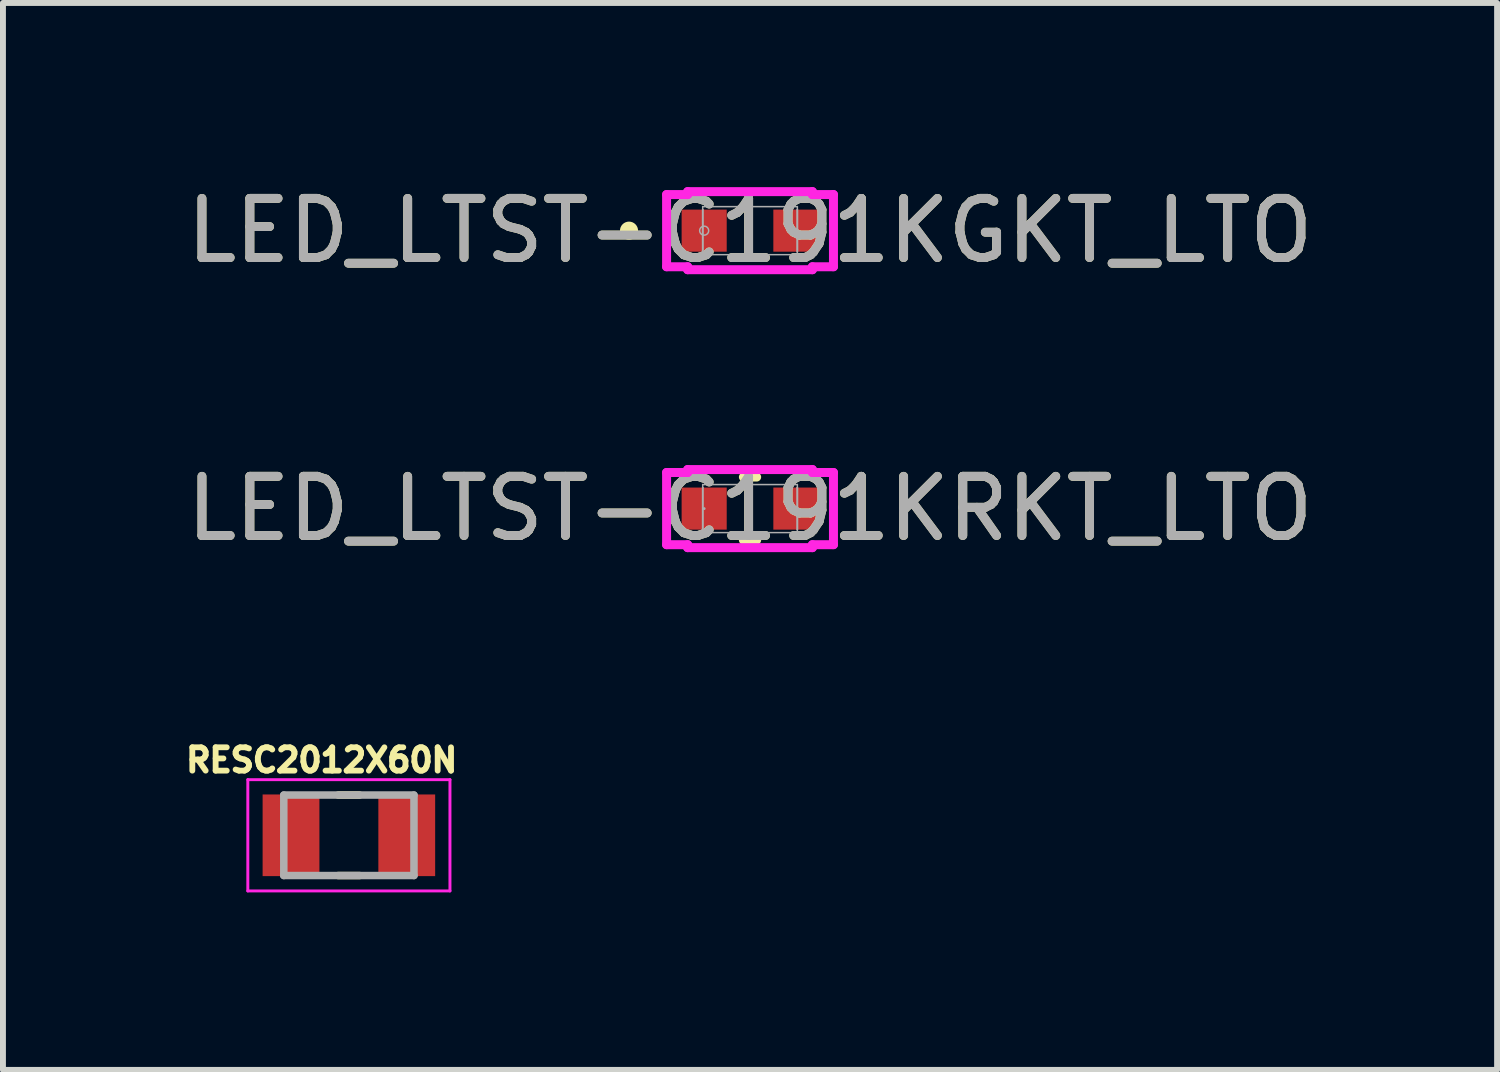
<source format=kicad_pcb>
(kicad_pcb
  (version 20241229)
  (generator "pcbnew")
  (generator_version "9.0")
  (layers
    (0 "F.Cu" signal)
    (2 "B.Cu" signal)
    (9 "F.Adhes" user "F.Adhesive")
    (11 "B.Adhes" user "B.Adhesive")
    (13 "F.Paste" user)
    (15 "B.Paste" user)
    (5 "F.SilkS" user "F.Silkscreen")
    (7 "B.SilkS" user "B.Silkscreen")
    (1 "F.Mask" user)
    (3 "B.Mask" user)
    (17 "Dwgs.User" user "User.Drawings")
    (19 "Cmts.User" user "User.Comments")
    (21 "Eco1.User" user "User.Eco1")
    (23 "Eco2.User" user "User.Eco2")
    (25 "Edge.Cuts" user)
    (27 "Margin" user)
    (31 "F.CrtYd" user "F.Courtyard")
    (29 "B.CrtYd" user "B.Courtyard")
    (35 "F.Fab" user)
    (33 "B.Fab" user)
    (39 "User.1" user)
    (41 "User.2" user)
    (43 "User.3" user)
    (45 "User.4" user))
  (footprint "RESC2012X60N"
    (layer "F.Cu")
    (at 2.846 11.066)
    (property "Reference" "RESC2012X60N" (at -0.46 -1.27 0) (layer "F.SilkS") (effects (font (size 0.394 0.394) (thickness 0.15))))
    (attr smd)
    (fp_line (start -0.18 -0.68) (end 0.18 -0.68) (stroke (width 0.127) (type solid)) (layer "F.SilkS"))
    (fp_line (start -0.18 0.68) (end 0.18 0.68) (stroke (width 0.127) (type solid)) (layer "F.SilkS"))
    (fp_line (start -1.708 -0.94) (end 1.708 -0.94) (stroke (width 0.05) (type solid)) (layer "F.CrtYd"))
    (fp_line (start -1.708 0.94) (end -1.708 -0.94) (stroke (width 0.05) (type solid)) (layer "F.CrtYd"))
    (fp_line (start -1.708 0.94) (end 1.708 0.94) (stroke (width 0.05) (type solid)) (layer "F.CrtYd"))
    (fp_line (start 1.708 0.94) (end 1.708 -0.94) (stroke (width 0.05) (type solid)) (layer "F.CrtYd"))
    (fp_line (start -1.1 0.68) (end -1.1 -0.68) (stroke (width 0.127) (type solid)) (layer "F.Fab"))
    (fp_line (start 1.1 -0.68) (end -1.1 -0.68) (stroke (width 0.127) (type solid)) (layer "F.Fab"))
    (fp_line (start 1.1 0.68) (end -1.1 0.68) (stroke (width 0.127) (type solid)) (layer "F.Fab"))
    (fp_line (start 1.1 0.68) (end 1.1 -0.68) (stroke (width 0.127) (type solid)) (layer "F.Fab"))
    (pad "1" smd rect (at -0.978 0) (size 0.96 1.38) (layers "F.Cu" "F.Mask" "F.Paste"))
    (pad "2" smd rect (at 0.978 0) (size 0.96 1.38) (layers "F.Cu" "F.Mask" "F.Paste")))
  (footprint "LED_LTST-C191KRKT_LTO"
    (layer "F.Cu")
    (at 9.625 5.545)
    (property "Reference" "LED_LTST-C191KRKT_LTO" (at 0 0 0) (unlocked yes) (layer "F.SilkS") (effects (font (size 1 1) (thickness 0.15))))
    (attr smd)
    (fp_line (start -0.112 0.533) (end 0.112 0.533) (stroke (width 0.152) (type solid)) (layer "F.SilkS"))
    (fp_line (start 0.112 -0.533) (end -0.112 -0.533) (stroke (width 0.152) (type solid)) (layer "F.SilkS"))
    (fp_line (start -1.41 -0.61) (end -1.054 -0.61) (stroke (width 0.152) (type solid)) (layer "F.CrtYd"))
    (fp_line (start -1.41 0.61) (end -1.41 -0.61) (stroke (width 0.152) (type solid)) (layer "F.CrtYd"))
    (fp_line (start -1.054 -0.66) (end 1.054 -0.66) (stroke (width 0.152) (type solid)) (layer "F.CrtYd"))
    (fp_line (start -1.054 -0.61) (end -1.054 -0.66) (stroke (width 0.152) (type solid)) (layer "F.CrtYd"))
    (fp_line (start -1.054 0.61) (end -1.41 0.61) (stroke (width 0.152) (type solid)) (layer "F.CrtYd"))
    (fp_line (start -1.054 0.66) (end -1.054 0.61) (stroke (width 0.152) (type solid)) (layer "F.CrtYd"))
    (fp_line (start 1.054 -0.66) (end 1.054 -0.61) (stroke (width 0.152) (type solid)) (layer "F.CrtYd"))
    (fp_line (start 1.054 -0.61) (end 1.41 -0.61) (stroke (width 0.152) (type solid)) (layer "F.CrtYd"))
    (fp_line (start 1.054 0.61) (end 1.054 0.66) (stroke (width 0.152) (type solid)) (layer "F.CrtYd"))
    (fp_line (start 1.054 0.66) (end -1.054 0.66) (stroke (width 0.152) (type solid)) (layer "F.CrtYd"))
    (fp_line (start 1.41 -0.61) (end 1.41 0.61) (stroke (width 0.152) (type solid)) (layer "F.CrtYd"))
    (fp_line (start 1.41 0.61) (end 1.054 0.61) (stroke (width 0.152) (type solid)) (layer "F.CrtYd"))
    (fp_line (start -0.8 -0.406) (end -0.8 0.406) (stroke (width 0.025) (type solid)) (layer "F.Fab"))
    (fp_line (start -0.8 -0.356) (end -0.8 -0.356) (stroke (width 0.025) (type solid)) (layer "F.Fab"))
    (fp_line (start -0.8 -0.356) (end -0.8 0.356) (stroke (width 0.025) (type solid)) (layer "F.Fab"))
    (fp_line (start -0.8 0.356) (end -0.8 -0.356) (stroke (width 0.025) (type solid)) (layer "F.Fab"))
    (fp_line (start -0.8 0.356) (end -0.8 0.356) (stroke (width 0.025) (type solid)) (layer "F.Fab"))
    (fp_line (start -0.8 0.406) (end 0.8 0.406) (stroke (width 0.025) (type solid)) (layer "F.Fab"))
    (fp_line (start 0.8 -0.406) (end -0.8 -0.406) (stroke (width 0.025) (type solid)) (layer "F.Fab"))
    (fp_line (start 0.8 -0.356) (end 0.8 -0.356) (stroke (width 0.025) (type solid)) (layer "F.Fab"))
    (fp_line (start 0.8 -0.356) (end 0.8 0.356) (stroke (width 0.025) (type solid)) (layer "F.Fab"))
    (fp_line (start 0.8 0.356) (end 0.8 -0.356) (stroke (width 0.025) (type solid)) (layer "F.Fab"))
    (fp_line (start 0.8 0.356) (end 0.8 0.356) (stroke (width 0.025) (type solid)) (layer "F.Fab"))
    (fp_line (start 0.8 0.406) (end 0.8 -0.406) (stroke (width 0.025) (type solid)) (layer "F.Fab"))
    (fp_circle (center -0.775 0) (end -0.775 0) (stroke (width 0.025) (type solid)) (fill no) (layer "F.Fab"))
    (fp_text user "${REFERENCE}" (at 0 0 0) (unlocked yes) (layer "F.Fab") (effects (font (size 1 1) (thickness 0.15))))
    (pad "1" smd rect (at -0.775 0) (size 0.762 0.711) (layers "F.Cu" "F.Mask" "F.Paste"))
    (pad "2" smd rect (at 0.775 0) (size 0.762 0.711) (layers "F.Cu" "F.Mask" "F.Paste"))
    (zone (net_name "") (layer "F.Cu") (hatch full 0.508) (connect_pads) (min_thickness 0.254) (filled_areas_thickness no) (keepout (tracks not_allowed) (vias not_allowed) (pads allowed) (copperpour not_allowed) (footprints allowed)) (placement (enabled no)) (fill) (polygon (pts (xy 9.282 5.189) (xy 9.968 5.189) (xy 9.968 5.9) (xy 9.282 5.9)))))
  (footprint "LED_LTST-C191KGKT_LTO"
    (layer "F.Cu")
    (at 9.625 0.848)
    (property "Reference" "LED_LTST-C191KGKT_LTO" (at 0 0 0) (unlocked yes) (layer "F.SilkS") (effects (font (size 1 1) (thickness 0.15))))
    (attr smd)
    (fp_circle (center -2.045 0) (end -1.968 0) (stroke (width 0.152) (type solid)) (fill no) (layer "F.SilkS"))
    (fp_line (start -1.41 -0.61) (end -1.054 -0.61) (stroke (width 0.152) (type solid)) (layer "F.CrtYd"))
    (fp_line (start -1.41 0.61) (end -1.41 -0.61) (stroke (width 0.152) (type solid)) (layer "F.CrtYd"))
    (fp_line (start -1.054 -0.66) (end 1.054 -0.66) (stroke (width 0.152) (type solid)) (layer "F.CrtYd"))
    (fp_line (start -1.054 -0.61) (end -1.054 -0.66) (stroke (width 0.152) (type solid)) (layer "F.CrtYd"))
    (fp_line (start -1.054 0.61) (end -1.41 0.61) (stroke (width 0.152) (type solid)) (layer "F.CrtYd"))
    (fp_line (start -1.054 0.66) (end -1.054 0.61) (stroke (width 0.152) (type solid)) (layer "F.CrtYd"))
    (fp_line (start 1.054 -0.66) (end 1.054 -0.61) (stroke (width 0.152) (type solid)) (layer "F.CrtYd"))
    (fp_line (start 1.054 -0.61) (end 1.41 -0.61) (stroke (width 0.152) (type solid)) (layer "F.CrtYd"))
    (fp_line (start 1.054 0.61) (end 1.054 0.66) (stroke (width 0.152) (type solid)) (layer "F.CrtYd"))
    (fp_line (start 1.054 0.66) (end -1.054 0.66) (stroke (width 0.152) (type solid)) (layer "F.CrtYd"))
    (fp_line (start 1.41 -0.61) (end 1.41 0.61) (stroke (width 0.152) (type solid)) (layer "F.CrtYd"))
    (fp_line (start 1.41 0.61) (end 1.054 0.61) (stroke (width 0.152) (type solid)) (layer "F.CrtYd"))
    (fp_line (start -0.8 -0.406) (end -0.8 0.406) (stroke (width 0.025) (type solid)) (layer "F.Fab"))
    (fp_line (start -0.8 -0.356) (end -0.8 -0.356) (stroke (width 0.025) (type solid)) (layer "F.Fab"))
    (fp_line (start -0.8 -0.356) (end -0.8 0.356) (stroke (width 0.025) (type solid)) (layer "F.Fab"))
    (fp_line (start -0.8 0.356) (end -0.8 -0.356) (stroke (width 0.025) (type solid)) (layer "F.Fab"))
    (fp_line (start -0.8 0.356) (end -0.8 0.356) (stroke (width 0.025) (type solid)) (layer "F.Fab"))
    (fp_line (start -0.8 0.406) (end 0.8 0.406) (stroke (width 0.025) (type solid)) (layer "F.Fab"))
    (fp_line (start 0.8 -0.406) (end -0.8 -0.406) (stroke (width 0.025) (type solid)) (layer "F.Fab"))
    (fp_line (start 0.8 -0.356) (end 0.8 -0.356) (stroke (width 0.025) (type solid)) (layer "F.Fab"))
    (fp_line (start 0.8 -0.356) (end 0.8 0.356) (stroke (width 0.025) (type solid)) (layer "F.Fab"))
    (fp_line (start 0.8 0.356) (end 0.8 -0.356) (stroke (width 0.025) (type solid)) (layer "F.Fab"))
    (fp_line (start 0.8 0.356) (end 0.8 0.356) (stroke (width 0.025) (type solid)) (layer "F.Fab"))
    (fp_line (start 0.8 0.406) (end 0.8 -0.406) (stroke (width 0.025) (type solid)) (layer "F.Fab"))
    (fp_circle (center -0.775 0) (end -0.699 0) (stroke (width 0.025) (type solid)) (fill no) (layer "F.Fab"))
    (fp_text user "${REFERENCE}" (at 0 0 0) (unlocked yes) (layer "F.Fab") (effects (font (size 1 1) (thickness 0.15))))
    (pad "1" smd rect (at -0.775 0) (size 0.762 0.711) (layers "F.Cu" "F.Mask" "F.Paste"))
    (pad "2" smd rect (at 0.775 0) (size 0.762 0.711) (layers "F.Cu" "F.Mask" "F.Paste"))
    (zone (net_name "") (layer "F.Cu") (hatch full 0.508) (connect_pads) (min_thickness 0.254) (filled_areas_thickness no) (keepout (tracks not_allowed) (vias not_allowed) (pads allowed) (copperpour not_allowed) (footprints allowed)) (placement (enabled no)) (fill) (polygon (pts (xy 9.282 0.493) (xy 9.968 0.493) (xy 9.968 1.204) (xy 9.282 1.204)))))
  (gr_rect
    (start -3 -3)
    (end 22.25 15.031)
    (stroke (width 0.1) (type default))
    (fill no)
    (layer "Edge.Cuts")))
</source>
